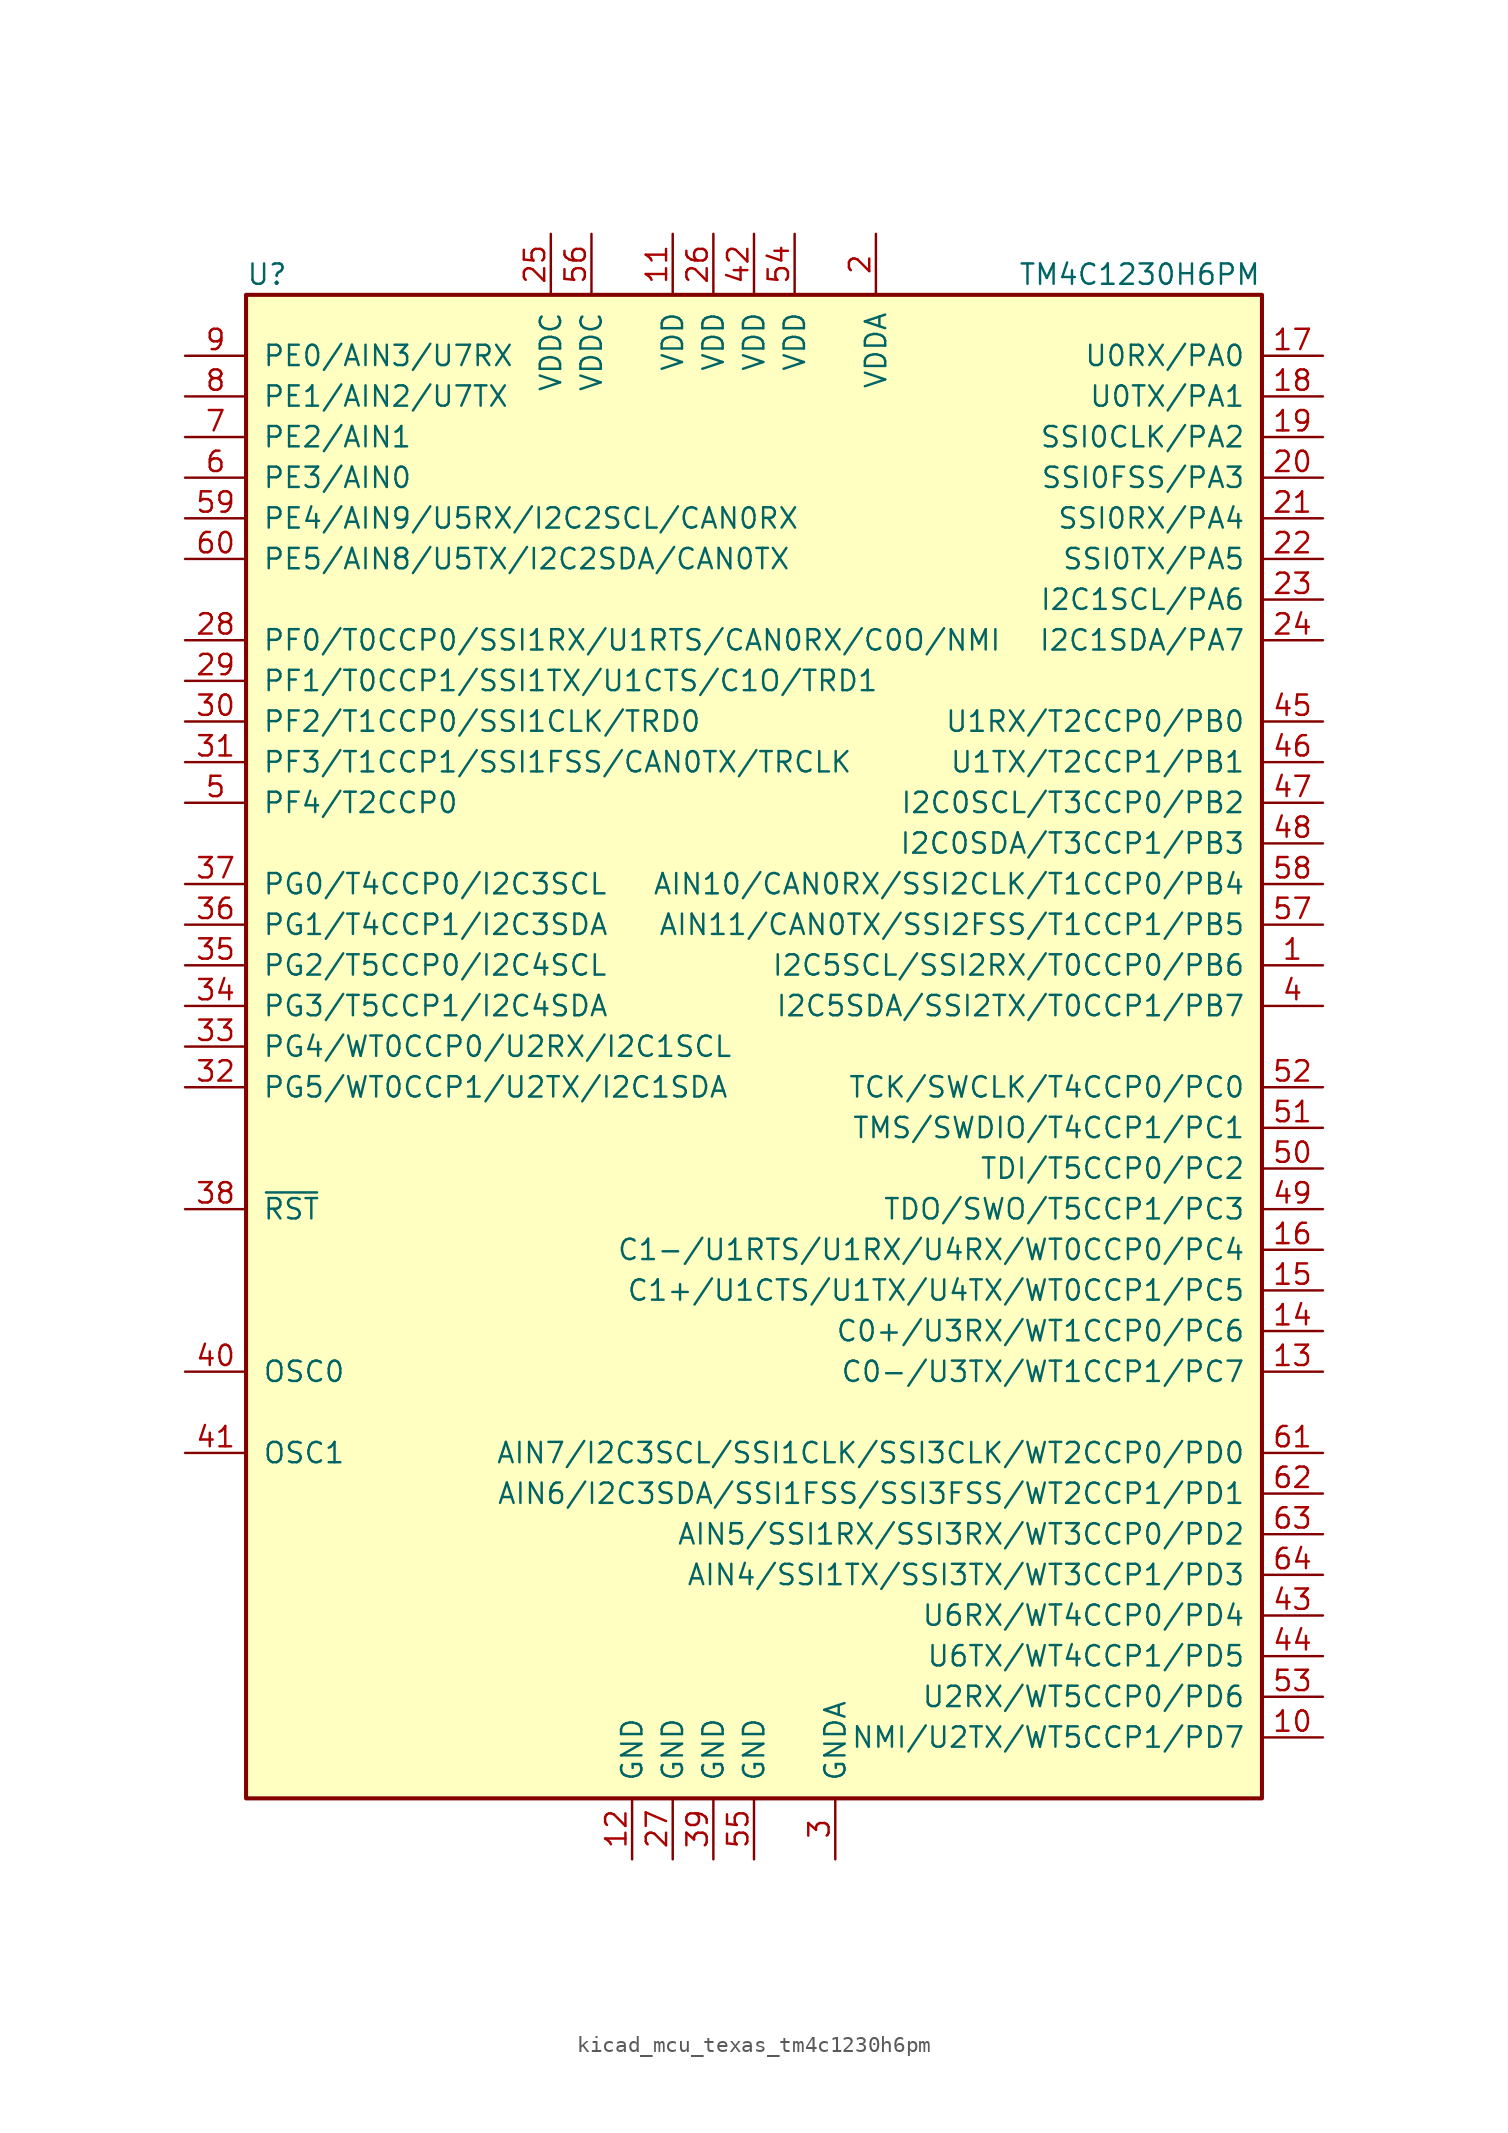
<source format=kicad_sym>
(kicad_symbol_lib
  (version 20220914)
  (generator kicad_symbol_editor)
  (symbol "kicad_mcu_texas_tm4c1230h6pm"
    (pin_names
      (offset 1.016))
    (property "Reference" "U"
      (at -31.75 48.26 0)
      (effects (font (size 1.27 1.27)) (justify left)))
    (property "Value" "TM4C1230H6PM"
      (at 16.51 48.26 0)
      (effects (font (size 1.27 1.27)) (justify left)))
    (symbol "kicad_mcu_texas_tm4c1230h6pm_0_1"
      (rectangle (start -31.75 46.99) (end 31.75 -46.99) (stroke (width 0.254) (type default)) (fill (type background))))
    (symbol "kicad_mcu_texas_tm4c1230h6pm_1_1"
      (pin bidirectional line (at 35.56 5.08 180) (length 3.81) (name "I2C5SCL/SSI2RX/T0CCP0/PB6" (effects (font (size 1.27 1.27)))) (number "1" (effects (font (size 1.27 1.27)))))
      (pin bidirectional line (at 35.56 -43.18 180) (length 3.81) (name "NMI/U2TX/WT5CCP1/PD7" (effects (font (size 1.27 1.27)))) (number "10" (effects (font (size 1.27 1.27)))))
      (pin power_in line (at -5.08 50.8 270) (length 3.81) (name "VDD" (effects (font (size 1.27 1.27)))) (number "11" (effects (font (size 1.27 1.27)))))
      (pin power_in line (at -7.62 -50.8 90) (length 3.81) (name "GND" (effects (font (size 1.27 1.27)))) (number "12" (effects (font (size 1.27 1.27)))))
      (pin bidirectional line (at 35.56 -20.32 180) (length 3.81) (name "C0-/U3TX/WT1CCP1/PC7" (effects (font (size 1.27 1.27)))) (number "13" (effects (font (size 1.27 1.27)))))
      (pin bidirectional line (at 35.56 -17.78 180) (length 3.81) (name "C0+/U3RX/WT1CCP0/PC6" (effects (font (size 1.27 1.27)))) (number "14" (effects (font (size 1.27 1.27)))))
      (pin bidirectional line (at 35.56 -15.24 180) (length 3.81) (name "C1+/U1CTS/U1TX/U4TX/WT0CCP1/PC5" (effects (font (size 1.27 1.27)))) (number "15" (effects (font (size 1.27 1.27)))))
      (pin bidirectional line (at 35.56 -12.7 180) (length 3.81) (name "C1-/U1RTS/U1RX/U4RX/WT0CCP0/PC4" (effects (font (size 1.27 1.27)))) (number "16" (effects (font (size 1.27 1.27)))))
      (pin bidirectional line (at 35.56 43.18 180) (length 3.81) (name "U0RX/PA0" (effects (font (size 1.27 1.27)))) (number "17" (effects (font (size 1.27 1.27)))))
      (pin bidirectional line (at 35.56 40.64 180) (length 3.81) (name "U0TX/PA1" (effects (font (size 1.27 1.27)))) (number "18" (effects (font (size 1.27 1.27)))))
      (pin bidirectional line (at 35.56 38.1 180) (length 3.81) (name "SSI0CLK/PA2" (effects (font (size 1.27 1.27)))) (number "19" (effects (font (size 1.27 1.27)))))
      (pin power_in line (at 7.62 50.8 270) (length 3.81) (name "VDDA" (effects (font (size 1.27 1.27)))) (number "2" (effects (font (size 1.27 1.27)))))
      (pin bidirectional line (at 35.56 35.56 180) (length 3.81) (name "SSI0FSS/PA3" (effects (font (size 1.27 1.27)))) (number "20" (effects (font (size 1.27 1.27)))))
      (pin bidirectional line (at 35.56 33.02 180) (length 3.81) (name "SSI0RX/PA4" (effects (font (size 1.27 1.27)))) (number "21" (effects (font (size 1.27 1.27)))))
      (pin bidirectional line (at 35.56 30.48 180) (length 3.81) (name "SSI0TX/PA5" (effects (font (size 1.27 1.27)))) (number "22" (effects (font (size 1.27 1.27)))))
      (pin bidirectional line (at 35.56 27.94 180) (length 3.81) (name "I2C1SCL/PA6" (effects (font (size 1.27 1.27)))) (number "23" (effects (font (size 1.27 1.27)))))
      (pin bidirectional line (at 35.56 25.4 180) (length 3.81) (name "I2C1SDA/PA7" (effects (font (size 1.27 1.27)))) (number "24" (effects (font (size 1.27 1.27)))))
      (pin power_in line (at -12.7 50.8 270) (length 3.81) (name "VDDC" (effects (font (size 1.27 1.27)))) (number "25" (effects (font (size 1.27 1.27)))))
      (pin power_in line (at -2.54 50.8 270) (length 3.81) (name "VDD" (effects (font (size 1.27 1.27)))) (number "26" (effects (font (size 1.27 1.27)))))
      (pin power_in line (at -5.08 -50.8 90) (length 3.81) (name "GND" (effects (font (size 1.27 1.27)))) (number "27" (effects (font (size 1.27 1.27)))))
      (pin bidirectional line (at -35.56 25.4 0) (length 3.81) (name "PF0/T0CCP0/SSI1RX/U1RTS/CAN0RX/C0O/NMI" (effects (font (size 1.27 1.27)))) (number "28" (effects (font (size 1.27 1.27)))))
      (pin bidirectional line (at -35.56 22.86 0) (length 3.81) (name "PF1/T0CCP1/SSI1TX/U1CTS/C1O/TRD1" (effects (font (size 1.27 1.27)))) (number "29" (effects (font (size 1.27 1.27)))))
      (pin power_in line (at 5.08 -50.8 90) (length 3.81) (name "GNDA" (effects (font (size 1.27 1.27)))) (number "3" (effects (font (size 1.27 1.27)))))
      (pin bidirectional line (at -35.56 20.32 0) (length 3.81) (name "PF2/T1CCP0/SSI1CLK/TRD0" (effects (font (size 1.27 1.27)))) (number "30" (effects (font (size 1.27 1.27)))))
      (pin bidirectional line (at -35.56 17.78 0) (length 3.81) (name "PF3/T1CCP1/SSI1FSS/CAN0TX/TRCLK" (effects (font (size 1.27 1.27)))) (number "31" (effects (font (size 1.27 1.27)))))
      (pin bidirectional line (at -35.56 -2.54 0) (length 3.81) (name "PG5/WT0CCP1/U2TX/I2C1SDA" (effects (font (size 1.27 1.27)))) (number "32" (effects (font (size 1.27 1.27)))))
      (pin bidirectional line (at -35.56 0 0) (length 3.81) (name "PG4/WT0CCP0/U2RX/I2C1SCL" (effects (font (size 1.27 1.27)))) (number "33" (effects (font (size 1.27 1.27)))))
      (pin bidirectional line (at -35.56 2.54 0) (length 3.81) (name "PG3/T5CCP1/I2C4SDA" (effects (font (size 1.27 1.27)))) (number "34" (effects (font (size 1.27 1.27)))))
      (pin bidirectional line (at -35.56 5.08 0) (length 3.81) (name "PG2/T5CCP0/I2C4SCL" (effects (font (size 1.27 1.27)))) (number "35" (effects (font (size 1.27 1.27)))))
      (pin bidirectional line (at -35.56 7.62 0) (length 3.81) (name "PG1/T4CCP1/I2C3SDA" (effects (font (size 1.27 1.27)))) (number "36" (effects (font (size 1.27 1.27)))))
      (pin bidirectional line (at -35.56 10.16 0) (length 3.81) (name "PG0/T4CCP0/I2C3SCL" (effects (font (size 1.27 1.27)))) (number "37" (effects (font (size 1.27 1.27)))))
      (pin input line (at -35.56 -10.16 0) (length 3.81) (name "~{RST}" (effects (font (size 1.27 1.27)))) (number "38" (effects (font (size 1.27 1.27)))))
      (pin power_in line (at -2.54 -50.8 90) (length 3.81) (name "GND" (effects (font (size 1.27 1.27)))) (number "39" (effects (font (size 1.27 1.27)))))
      (pin bidirectional line (at 35.56 2.54 180) (length 3.81) (name "I2C5SDA/SSI2TX/T0CCP1/PB7" (effects (font (size 1.27 1.27)))) (number "4" (effects (font (size 1.27 1.27)))))
      (pin passive line (at -35.56 -20.32 0) (length 3.81) (name "OSC0" (effects (font (size 1.27 1.27)))) (number "40" (effects (font (size 1.27 1.27)))))
      (pin passive line (at -35.56 -25.4 0) (length 3.81) (name "OSC1" (effects (font (size 1.27 1.27)))) (number "41" (effects (font (size 1.27 1.27)))))
      (pin power_in line (at 0 50.8 270) (length 3.81) (name "VDD" (effects (font (size 1.27 1.27)))) (number "42" (effects (font (size 1.27 1.27)))))
      (pin bidirectional line (at 35.56 -35.56 180) (length 3.81) (name "U6RX/WT4CCP0/PD4" (effects (font (size 1.27 1.27)))) (number "43" (effects (font (size 1.27 1.27)))))
      (pin bidirectional line (at 35.56 -38.1 180) (length 3.81) (name "U6TX/WT4CCP1/PD5" (effects (font (size 1.27 1.27)))) (number "44" (effects (font (size 1.27 1.27)))))
      (pin bidirectional line (at 35.56 20.32 180) (length 3.81) (name "U1RX/T2CCP0/PB0" (effects (font (size 1.27 1.27)))) (number "45" (effects (font (size 1.27 1.27)))))
      (pin bidirectional line (at 35.56 17.78 180) (length 3.81) (name "U1TX/T2CCP1/PB1" (effects (font (size 1.27 1.27)))) (number "46" (effects (font (size 1.27 1.27)))))
      (pin bidirectional line (at 35.56 15.24 180) (length 3.81) (name "I2C0SCL/T3CCP0/PB2" (effects (font (size 1.27 1.27)))) (number "47" (effects (font (size 1.27 1.27)))))
      (pin bidirectional line (at 35.56 12.7 180) (length 3.81) (name "I2C0SDA/T3CCP1/PB3" (effects (font (size 1.27 1.27)))) (number "48" (effects (font (size 1.27 1.27)))))
      (pin bidirectional line (at 35.56 -10.16 180) (length 3.81) (name "TDO/SWO/T5CCP1/PC3" (effects (font (size 1.27 1.27)))) (number "49" (effects (font (size 1.27 1.27)))))
      (pin bidirectional line (at -35.56 15.24 0) (length 3.81) (name "PF4/T2CCP0" (effects (font (size 1.27 1.27)))) (number "5" (effects (font (size 1.27 1.27)))))
      (pin bidirectional line (at 35.56 -7.62 180) (length 3.81) (name "TDI/T5CCP0/PC2" (effects (font (size 1.27 1.27)))) (number "50" (effects (font (size 1.27 1.27)))))
      (pin bidirectional line (at 35.56 -5.08 180) (length 3.81) (name "TMS/SWDIO/T4CCP1/PC1" (effects (font (size 1.27 1.27)))) (number "51" (effects (font (size 1.27 1.27)))))
      (pin bidirectional line (at 35.56 -2.54 180) (length 3.81) (name "TCK/SWCLK/T4CCP0/PC0" (effects (font (size 1.27 1.27)))) (number "52" (effects (font (size 1.27 1.27)))))
      (pin bidirectional line (at 35.56 -40.64 180) (length 3.81) (name "U2RX/WT5CCP0/PD6" (effects (font (size 1.27 1.27)))) (number "53" (effects (font (size 1.27 1.27)))))
      (pin power_in line (at 2.54 50.8 270) (length 3.81) (name "VDD" (effects (font (size 1.27 1.27)))) (number "54" (effects (font (size 1.27 1.27)))))
      (pin power_in line (at 0 -50.8 90) (length 3.81) (name "GND" (effects (font (size 1.27 1.27)))) (number "55" (effects (font (size 1.27 1.27)))))
      (pin power_in line (at -10.16 50.8 270) (length 3.81) (name "VDDC" (effects (font (size 1.27 1.27)))) (number "56" (effects (font (size 1.27 1.27)))))
      (pin bidirectional line (at 35.56 7.62 180) (length 3.81) (name "AIN11/CAN0TX/SSI2FSS/T1CCP1/PB5" (effects (font (size 1.27 1.27)))) (number "57" (effects (font (size 1.27 1.27)))))
      (pin bidirectional line (at 35.56 10.16 180) (length 3.81) (name "AIN10/CAN0RX/SSI2CLK/T1CCP0/PB4" (effects (font (size 1.27 1.27)))) (number "58" (effects (font (size 1.27 1.27)))))
      (pin bidirectional line (at -35.56 33.02 0) (length 3.81) (name "PE4/AIN9/U5RX/I2C2SCL/CAN0RX" (effects (font (size 1.27 1.27)))) (number "59" (effects (font (size 1.27 1.27)))))
      (pin bidirectional line (at -35.56 35.56 0) (length 3.81) (name "PE3/AIN0" (effects (font (size 1.27 1.27)))) (number "6" (effects (font (size 1.27 1.27)))))
      (pin bidirectional line (at -35.56 30.48 0) (length 3.81) (name "PE5/AIN8/U5TX/I2C2SDA/CAN0TX" (effects (font (size 1.27 1.27)))) (number "60" (effects (font (size 1.27 1.27)))))
      (pin bidirectional line (at 35.56 -25.4 180) (length 3.81) (name "AIN7/I2C3SCL/SSI1CLK/SSI3CLK/WT2CCP0/PD0" (effects (font (size 1.27 1.27)))) (number "61" (effects (font (size 1.27 1.27)))))
      (pin bidirectional line (at 35.56 -27.94 180) (length 3.81) (name "AIN6/I2C3SDA/SSI1FSS/SSI3FSS/WT2CCP1/PD1" (effects (font (size 1.27 1.27)))) (number "62" (effects (font (size 1.27 1.27)))))
      (pin bidirectional line (at 35.56 -30.48 180) (length 3.81) (name "AIN5/SSI1RX/SSI3RX/WT3CCP0/PD2" (effects (font (size 1.27 1.27)))) (number "63" (effects (font (size 1.27 1.27)))))
      (pin bidirectional line (at 35.56 -33.02 180) (length 3.81) (name "AIN4/SSI1TX/SSI3TX/WT3CCP1/PD3" (effects (font (size 1.27 1.27)))) (number "64" (effects (font (size 1.27 1.27)))))
      (pin bidirectional line (at -35.56 38.1 0) (length 3.81) (name "PE2/AIN1" (effects (font (size 1.27 1.27)))) (number "7" (effects (font (size 1.27 1.27)))))
      (pin bidirectional line (at -35.56 40.64 0) (length 3.81) (name "PE1/AIN2/U7TX" (effects (font (size 1.27 1.27)))) (number "8" (effects (font (size 1.27 1.27)))))
      (pin bidirectional line (at -35.56 43.18 0) (length 3.81) (name "PE0/AIN3/U7RX" (effects (font (size 1.27 1.27)))) (number "9" (effects (font (size 1.27 1.27))))))))
</source>
